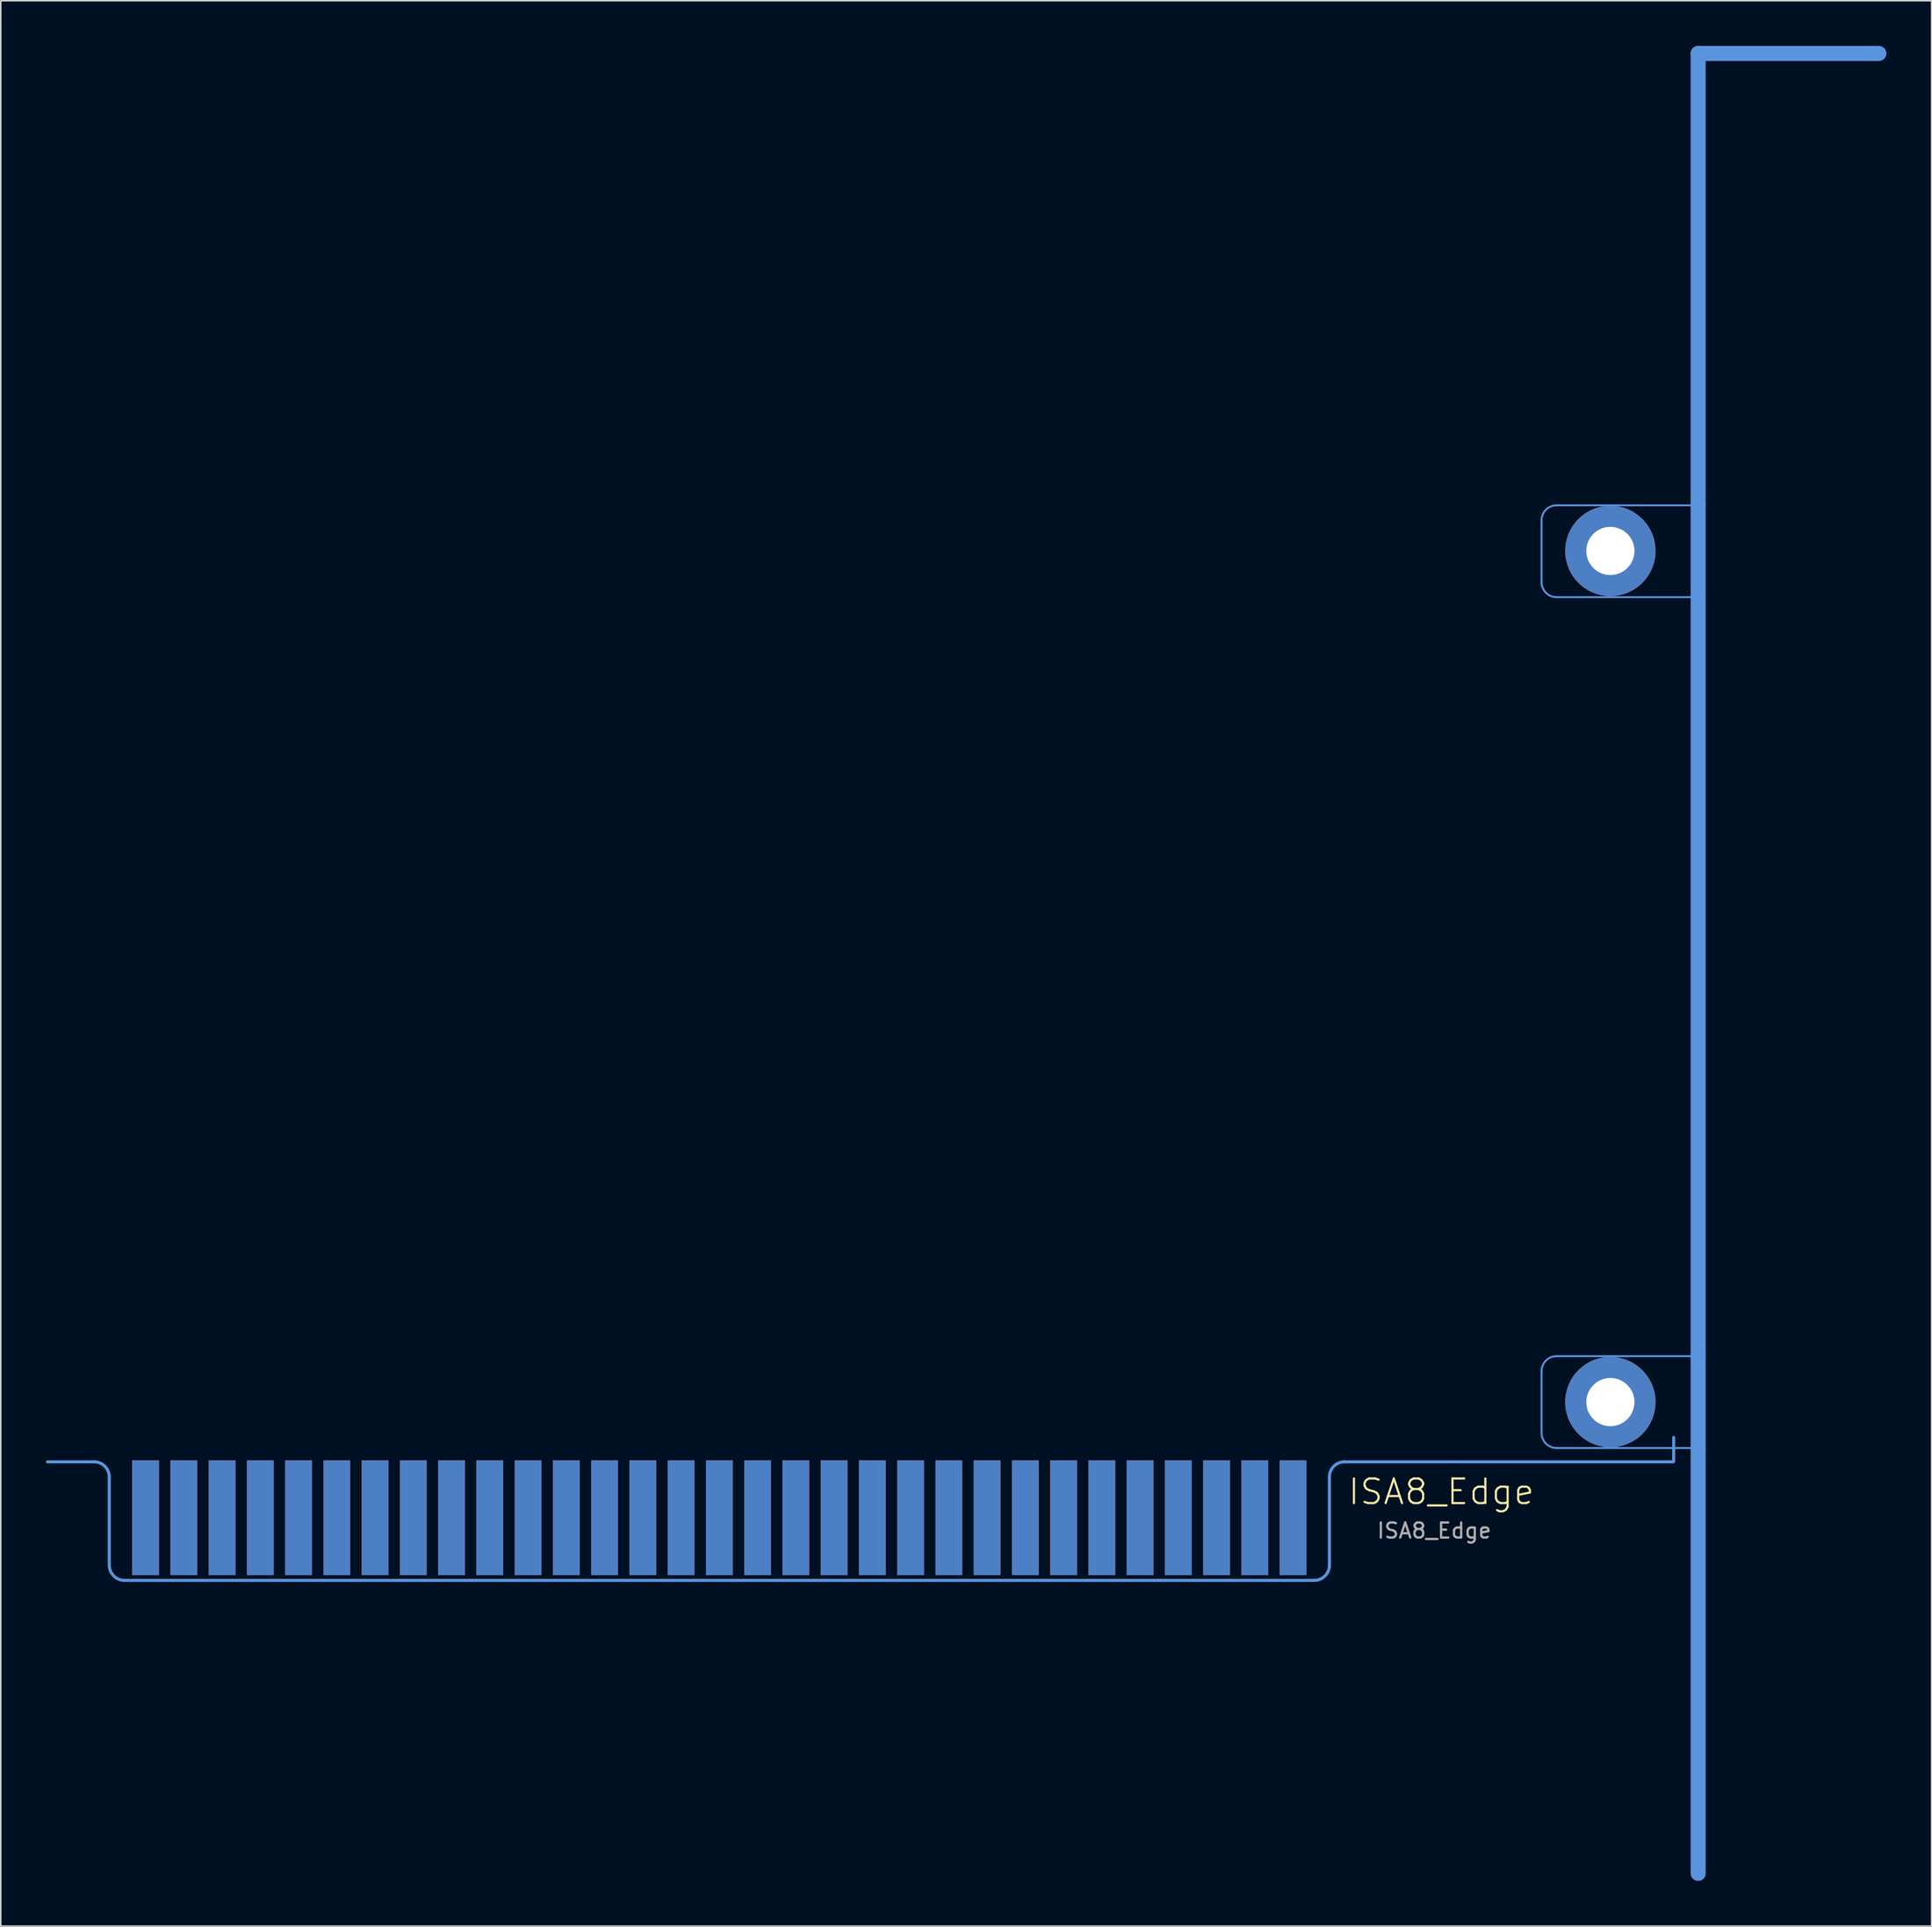
<source format=kicad_pcb>
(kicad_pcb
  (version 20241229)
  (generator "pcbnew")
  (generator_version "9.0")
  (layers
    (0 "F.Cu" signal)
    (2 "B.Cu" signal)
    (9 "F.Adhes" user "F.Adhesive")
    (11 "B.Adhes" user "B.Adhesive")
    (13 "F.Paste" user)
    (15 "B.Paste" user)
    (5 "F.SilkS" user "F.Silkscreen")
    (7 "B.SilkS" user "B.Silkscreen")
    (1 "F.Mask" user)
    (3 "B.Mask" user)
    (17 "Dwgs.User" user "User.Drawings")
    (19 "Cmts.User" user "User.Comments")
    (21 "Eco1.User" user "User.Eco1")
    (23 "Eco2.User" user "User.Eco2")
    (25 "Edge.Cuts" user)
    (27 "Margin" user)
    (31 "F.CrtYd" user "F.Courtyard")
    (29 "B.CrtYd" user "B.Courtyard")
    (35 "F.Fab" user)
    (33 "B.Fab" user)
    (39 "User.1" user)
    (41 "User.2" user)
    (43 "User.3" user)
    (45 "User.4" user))
  (footprint "ISA8_Edge"
    (layer "F.Cu")
    (at 79.62 97.579)
    (property "Reference" "ISA8_Edge" (at 6.756 -0.61 0) (layer "F.SilkS") (effects (font (size 1.636 1.636) (thickness 0.142)) (justify left bottom)))
    (fp_poly (pts (xy -73.764 3.048) (xy -72.24 3.048) (xy -72.24 -3.556) (xy -73.764 -3.556)) (stroke (width 0) (type default)) (fill yes) (layer "F.Mask"))
    (fp_poly (pts (xy -71.224 3.048) (xy -69.7 3.048) (xy -69.7 -3.556) (xy -71.224 -3.556)) (stroke (width 0) (type default)) (fill yes) (layer "F.Mask"))
    (fp_poly (pts (xy -68.684 3.048) (xy -67.16 3.048) (xy -67.16 -3.556) (xy -68.684 -3.556)) (stroke (width 0) (type default)) (fill yes) (layer "F.Mask"))
    (fp_poly (pts (xy -66.144 3.048) (xy -64.62 3.048) (xy -64.62 -3.556) (xy -66.144 -3.556)) (stroke (width 0) (type default)) (fill yes) (layer "F.Mask"))
    (fp_poly (pts (xy -63.604 3.048) (xy -62.08 3.048) (xy -62.08 -3.556) (xy -63.604 -3.556)) (stroke (width 0) (type default)) (fill yes) (layer "F.Mask"))
    (fp_poly (pts (xy -61.064 3.048) (xy -59.54 3.048) (xy -59.54 -3.556) (xy -61.064 -3.556)) (stroke (width 0) (type default)) (fill yes) (layer "F.Mask"))
    (fp_poly (pts (xy -58.524 3.048) (xy -57 3.048) (xy -57 -3.556) (xy -58.524 -3.556)) (stroke (width 0) (type default)) (fill yes) (layer "F.Mask"))
    (fp_poly (pts (xy -55.984 3.048) (xy -54.46 3.048) (xy -54.46 -3.556) (xy -55.984 -3.556)) (stroke (width 0) (type default)) (fill yes) (layer "F.Mask"))
    (fp_poly (pts (xy -53.444 3.048) (xy -51.92 3.048) (xy -51.92 -3.556) (xy -53.444 -3.556)) (stroke (width 0) (type default)) (fill yes) (layer "F.Mask"))
    (fp_poly (pts (xy -50.904 3.048) (xy -49.38 3.048) (xy -49.38 -3.556) (xy -50.904 -3.556)) (stroke (width 0) (type default)) (fill yes) (layer "F.Mask"))
    (fp_poly (pts (xy -48.364 3.048) (xy -46.84 3.048) (xy -46.84 -3.556) (xy -48.364 -3.556)) (stroke (width 0) (type default)) (fill yes) (layer "F.Mask"))
    (fp_poly (pts (xy -45.824 3.048) (xy -44.3 3.048) (xy -44.3 -3.556) (xy -45.824 -3.556)) (stroke (width 0) (type default)) (fill yes) (layer "F.Mask"))
    (fp_poly (pts (xy -43.284 3.048) (xy -41.76 3.048) (xy -41.76 -3.556) (xy -43.284 -3.556)) (stroke (width 0) (type default)) (fill yes) (layer "F.Mask"))
    (fp_poly (pts (xy -40.744 3.048) (xy -39.22 3.048) (xy -39.22 -3.556) (xy -40.744 -3.556)) (stroke (width 0) (type default)) (fill yes) (layer "F.Mask"))
    (fp_poly (pts (xy -38.204 3.048) (xy -36.68 3.048) (xy -36.68 -3.556) (xy -38.204 -3.556)) (stroke (width 0) (type default)) (fill yes) (layer "F.Mask"))
    (fp_poly (pts (xy -35.664 3.048) (xy -34.14 3.048) (xy -34.14 -3.556) (xy -35.664 -3.556)) (stroke (width 0) (type default)) (fill yes) (layer "F.Mask"))
    (fp_poly (pts (xy -33.124 3.048) (xy -31.6 3.048) (xy -31.6 -3.556) (xy -33.124 -3.556)) (stroke (width 0) (type default)) (fill yes) (layer "F.Mask"))
    (fp_poly (pts (xy -30.584 3.048) (xy -29.06 3.048) (xy -29.06 -3.556) (xy -30.584 -3.556)) (stroke (width 0) (type default)) (fill yes) (layer "F.Mask"))
    (fp_poly (pts (xy -28.044 3.048) (xy -26.52 3.048) (xy -26.52 -3.556) (xy -28.044 -3.556)) (stroke (width 0) (type default)) (fill yes) (layer "F.Mask"))
    (fp_poly (pts (xy -25.504 3.048) (xy -23.98 3.048) (xy -23.98 -3.556) (xy -25.504 -3.556)) (stroke (width 0) (type default)) (fill yes) (layer "F.Mask"))
    (fp_poly (pts (xy -22.964 3.048) (xy -21.44 3.048) (xy -21.44 -3.556) (xy -22.964 -3.556)) (stroke (width 0) (type default)) (fill yes) (layer "F.Mask"))
    (fp_poly (pts (xy -20.424 3.048) (xy -18.9 3.048) (xy -18.9 -3.556) (xy -20.424 -3.556)) (stroke (width 0) (type default)) (fill yes) (layer "F.Mask"))
    (fp_poly (pts (xy -17.884 3.048) (xy -16.36 3.048) (xy -16.36 -3.556) (xy -17.884 -3.556)) (stroke (width 0) (type default)) (fill yes) (layer "F.Mask"))
    (fp_poly (pts (xy -15.344 3.048) (xy -13.82 3.048) (xy -13.82 -3.556) (xy -15.344 -3.556)) (stroke (width 0) (type default)) (fill yes) (layer "F.Mask"))
    (fp_poly (pts (xy -12.804 3.048) (xy -11.28 3.048) (xy -11.28 -3.556) (xy -12.804 -3.556)) (stroke (width 0) (type default)) (fill yes) (layer "F.Mask"))
    (fp_poly (pts (xy -10.264 3.048) (xy -8.74 3.048) (xy -8.74 -3.556) (xy -10.264 -3.556)) (stroke (width 0) (type default)) (fill yes) (layer "F.Mask"))
    (fp_poly (pts (xy -7.724 3.048) (xy -6.2 3.048) (xy -6.2 -3.556) (xy -7.724 -3.556)) (stroke (width 0) (type default)) (fill yes) (layer "F.Mask"))
    (fp_poly (pts (xy -5.184 3.048) (xy -3.66 3.048) (xy -3.66 -3.556) (xy -5.184 -3.556)) (stroke (width 0) (type default)) (fill yes) (layer "F.Mask"))
    (fp_poly (pts (xy -2.644 3.048) (xy -1.12 3.048) (xy -1.12 -3.556) (xy -2.644 -3.556)) (stroke (width 0) (type default)) (fill yes) (layer "F.Mask"))
    (fp_poly (pts (xy -0.104 3.048) (xy 1.42 3.048) (xy 1.42 -3.556) (xy -0.104 -3.556)) (stroke (width 0) (type default)) (fill yes) (layer "F.Mask"))
    (fp_poly (pts (xy 2.436 3.048) (xy 3.96 3.048) (xy 3.96 -3.556) (xy 2.436 -3.556)) (stroke (width 0) (type default)) (fill yes) (layer "F.Mask"))
    (fp_poly (pts (xy 5.65 3.689) (xy 4.961 4.378) (xy -74.765 4.378) (xy -75.455 3.689) (xy -75.455 -3.626) (xy 5.65 -3.626)) (stroke (width 0) (type default)) (fill yes) (layer "F.Mask"))
    (fp_poly (pts (xy -73.764 3.048) (xy -72.24 3.048) (xy -72.24 -3.556) (xy -73.764 -3.556)) (stroke (width 0) (type default)) (fill yes) (layer "B.Mask"))
    (fp_poly (pts (xy -71.224 3.048) (xy -69.7 3.048) (xy -69.7 -3.556) (xy -71.224 -3.556)) (stroke (width 0) (type default)) (fill yes) (layer "B.Mask"))
    (fp_poly (pts (xy -68.684 3.048) (xy -67.16 3.048) (xy -67.16 -3.556) (xy -68.684 -3.556)) (stroke (width 0) (type default)) (fill yes) (layer "B.Mask"))
    (fp_poly (pts (xy -66.144 3.048) (xy -64.62 3.048) (xy -64.62 -3.556) (xy -66.144 -3.556)) (stroke (width 0) (type default)) (fill yes) (layer "B.Mask"))
    (fp_poly (pts (xy -63.604 3.048) (xy -62.08 3.048) (xy -62.08 -3.556) (xy -63.604 -3.556)) (stroke (width 0) (type default)) (fill yes) (layer "B.Mask"))
    (fp_poly (pts (xy -61.064 3.048) (xy -59.54 3.048) (xy -59.54 -3.556) (xy -61.064 -3.556)) (stroke (width 0) (type default)) (fill yes) (layer "B.Mask"))
    (fp_poly (pts (xy -58.524 3.048) (xy -57 3.048) (xy -57 -3.556) (xy -58.524 -3.556)) (stroke (width 0) (type default)) (fill yes) (layer "B.Mask"))
    (fp_poly (pts (xy -55.984 3.048) (xy -54.46 3.048) (xy -54.46 -3.556) (xy -55.984 -3.556)) (stroke (width 0) (type default)) (fill yes) (layer "B.Mask"))
    (fp_poly (pts (xy -53.444 3.048) (xy -51.92 3.048) (xy -51.92 -3.556) (xy -53.444 -3.556)) (stroke (width 0) (type default)) (fill yes) (layer "B.Mask"))
    (fp_poly (pts (xy -50.904 3.048) (xy -49.38 3.048) (xy -49.38 -3.556) (xy -50.904 -3.556)) (stroke (width 0) (type default)) (fill yes) (layer "B.Mask"))
    (fp_poly (pts (xy -48.364 3.048) (xy -46.84 3.048) (xy -46.84 -3.556) (xy -48.364 -3.556)) (stroke (width 0) (type default)) (fill yes) (layer "B.Mask"))
    (fp_poly (pts (xy -45.824 3.048) (xy -44.3 3.048) (xy -44.3 -3.556) (xy -45.824 -3.556)) (stroke (width 0) (type default)) (fill yes) (layer "B.Mask"))
    (fp_poly (pts (xy -43.284 3.048) (xy -41.76 3.048) (xy -41.76 -3.556) (xy -43.284 -3.556)) (stroke (width 0) (type default)) (fill yes) (layer "B.Mask"))
    (fp_poly (pts (xy -40.744 3.048) (xy -39.22 3.048) (xy -39.22 -3.556) (xy -40.744 -3.556)) (stroke (width 0) (type default)) (fill yes) (layer "B.Mask"))
    (fp_poly (pts (xy -38.204 3.048) (xy -36.68 3.048) (xy -36.68 -3.556) (xy -38.204 -3.556)) (stroke (width 0) (type default)) (fill yes) (layer "B.Mask"))
    (fp_poly (pts (xy -35.664 3.048) (xy -34.14 3.048) (xy -34.14 -3.556) (xy -35.664 -3.556)) (stroke (width 0) (type default)) (fill yes) (layer "B.Mask"))
    (fp_poly (pts (xy -33.124 3.048) (xy -31.6 3.048) (xy -31.6 -3.556) (xy -33.124 -3.556)) (stroke (width 0) (type default)) (fill yes) (layer "B.Mask"))
    (fp_poly (pts (xy -30.584 3.048) (xy -29.06 3.048) (xy -29.06 -3.556) (xy -30.584 -3.556)) (stroke (width 0) (type default)) (fill yes) (layer "B.Mask"))
    (fp_poly (pts (xy -28.044 3.048) (xy -26.52 3.048) (xy -26.52 -3.556) (xy -28.044 -3.556)) (stroke (width 0) (type default)) (fill yes) (layer "B.Mask"))
    (fp_poly (pts (xy -25.504 3.048) (xy -23.98 3.048) (xy -23.98 -3.556) (xy -25.504 -3.556)) (stroke (width 0) (type default)) (fill yes) (layer "B.Mask"))
    (fp_poly (pts (xy -22.964 3.048) (xy -21.44 3.048) (xy -21.44 -3.556) (xy -22.964 -3.556)) (stroke (width 0) (type default)) (fill yes) (layer "B.Mask"))
    (fp_poly (pts (xy -20.424 3.048) (xy -18.9 3.048) (xy -18.9 -3.556) (xy -20.424 -3.556)) (stroke (width 0) (type default)) (fill yes) (layer "B.Mask"))
    (fp_poly (pts (xy -17.884 3.048) (xy -16.36 3.048) (xy -16.36 -3.556) (xy -17.884 -3.556)) (stroke (width 0) (type default)) (fill yes) (layer "B.Mask"))
    (fp_poly (pts (xy -15.344 3.048) (xy -13.82 3.048) (xy -13.82 -3.556) (xy -15.344 -3.556)) (stroke (width 0) (type default)) (fill yes) (layer "B.Mask"))
    (fp_poly (pts (xy -12.804 3.048) (xy -11.28 3.048) (xy -11.28 -3.556) (xy -12.804 -3.556)) (stroke (width 0) (type default)) (fill yes) (layer "B.Mask"))
    (fp_poly (pts (xy -10.264 3.048) (xy -8.74 3.048) (xy -8.74 -3.556) (xy -10.264 -3.556)) (stroke (width 0) (type default)) (fill yes) (layer "B.Mask"))
    (fp_poly (pts (xy -7.724 3.048) (xy -6.2 3.048) (xy -6.2 -3.556) (xy -7.724 -3.556)) (stroke (width 0) (type default)) (fill yes) (layer "B.Mask"))
    (fp_poly (pts (xy -5.184 3.048) (xy -3.66 3.048) (xy -3.66 -3.556) (xy -5.184 -3.556)) (stroke (width 0) (type default)) (fill yes) (layer "B.Mask"))
    (fp_poly (pts (xy -2.644 3.048) (xy -1.12 3.048) (xy -1.12 -3.556) (xy -2.644 -3.556)) (stroke (width 0) (type default)) (fill yes) (layer "B.Mask"))
    (fp_poly (pts (xy -0.104 3.048) (xy 1.42 3.048) (xy 1.42 -3.556) (xy -0.104 -3.556)) (stroke (width 0) (type default)) (fill yes) (layer "B.Mask"))
    (fp_poly (pts (xy 2.436 3.048) (xy 3.96 3.048) (xy 3.96 -3.556) (xy 2.436 -3.556)) (stroke (width 0) (type default)) (fill yes) (layer "B.Mask"))
    (fp_poly (pts (xy 5.65 3.689) (xy 4.961 4.378) (xy -74.765 4.378) (xy -75.455 3.689) (xy -75.455 -3.626) (xy 5.65 -3.626)) (stroke (width 0) (type default)) (fill yes) (layer "B.Mask"))
    (fp_line (start -76.415 -3.556) (end -79.518 -3.556) (stroke (width 0.203) (type default)) (layer "Cmts.User"))
    (fp_line (start -75.413 -2.556) (end -75.413 3.302) (stroke (width 0.203) (type solid)) (layer "Cmts.User"))
    (fp_line (start 4.597 4.318) (end -74.397 4.318) (stroke (width 0.203) (type solid)) (layer "Cmts.User"))
    (fp_line (start 5.611 -2.556) (end 5.613 3.302) (stroke (width 0.203) (type solid)) (layer "Cmts.User"))
    (fp_line (start 19.698 -61.974) (end 19.698 -66.074) (stroke (width 0.127) (type solid)) (layer "Cmts.User"))
    (fp_line (start 19.698 -5.474) (end 19.698 -9.574) (stroke (width 0.127) (type solid)) (layer "Cmts.User"))
    (fp_line (start 20.698 -67.074) (end 30.098 -67.074) (stroke (width 0.127) (type solid)) (layer "Cmts.User"))
    (fp_line (start 20.698 -10.574) (end 30.098 -10.574) (stroke (width 0.127) (type solid)) (layer "Cmts.User"))
    (fp_line (start 28.444 -3.556) (end 6.611 -3.556) (stroke (width 0.203) (type solid)) (layer "Cmts.User"))
    (fp_line (start 28.471 -5.174) (end 28.471 -3.587) (stroke (width 0.203) (type solid)) (layer "Cmts.User"))
    (fp_line (start 29.998 -60.974) (end 20.698 -60.974) (stroke (width 0.127) (type solid)) (layer "Cmts.User"))
    (fp_line (start 30.098 -97.079) (end 42.098 -97.079) (stroke (width 1) (type solid)) (layer "Cmts.User"))
    (fp_line (start 30.098 -67.074) (end 30.098 -97.079) (stroke (width 1) (type solid)) (layer "Cmts.User"))
    (fp_line (start 30.098 -10.574) (end 30.098 -67.074) (stroke (width 1) (type solid)) (layer "Cmts.User"))
    (fp_line (start 30.098 -4.474) (end 20.698 -4.474) (stroke (width 0.127) (type solid)) (layer "Cmts.User"))
    (fp_line (start 30.098 -4.474) (end 30.098 -10.574) (stroke (width 1) (type solid)) (layer "Cmts.User"))
    (fp_line (start 30.098 23.774) (end 30.098 -4.474) (stroke (width 1) (type solid)) (layer "Cmts.User"))
    (fp_arc (start -76.415107 -3.556) (mid -75.708 -3.263107) (end -75.415107 -2.556) (stroke (width 0.2032) (type solid)) (layer "Cmts.User"))
    (fp_arc (start -74.3966 4.318) (mid -75.11502 4.02042) (end -75.4126 3.302) (stroke (width 0.2032) (type default)) (layer "Cmts.User"))
    (fp_arc (start 5.610893 -2.556) (mid 5.903786 -3.263107) (end 6.610893 -3.556) (stroke (width 0.2032) (type solid)) (layer "Cmts.User"))
    (fp_arc (start 5.6134 3.302) (mid 5.31582 4.02042) (end 4.5974 4.318) (stroke (width 0.2032) (type default)) (layer "Cmts.User"))
    (fp_arc (start 19.697893 -66.074) (mid 19.990786 -66.781107) (end 20.697893 -67.074) (stroke (width 0.127) (type solid)) (layer "Cmts.User"))
    (fp_arc (start 19.697893 -9.574) (mid 19.990786 -10.281107) (end 20.697893 -10.574) (stroke (width 0.127) (type solid)) (layer "Cmts.User"))
    (fp_arc (start 20.697893 -60.974) (mid 19.990786 -61.266893) (end 19.697893 -61.974) (stroke (width 0.127) (type solid)) (layer "Cmts.User"))
    (fp_arc (start 20.697893 -4.474) (mid 19.990786 -4.766893) (end 19.697893 -5.474) (stroke (width 0.127) (type solid)) (layer "Cmts.User"))
    (fp_text user "${REFERENCE}" (at 12.573 1.016 0) (layer "F.Fab") (effects (font (size 1 1) (thickness 0.15))))
    (pad "1" connect rect (at 3.198 0.156) (size 1.78 7.62) (layers "B.Cu" "B.Mask"))
    (pad "2" connect rect (at 0.658 0.156) (size 1.78 7.62) (layers "B.Cu" "B.Mask"))
    (pad "3" connect rect (at -1.882 0.156) (size 1.78 7.62) (layers "B.Cu" "B.Mask"))
    (pad "4" connect rect (at -4.422 0.156) (size 1.78 7.62) (layers "B.Cu" "B.Mask"))
    (pad "5" connect rect (at -6.962 0.156) (size 1.78 7.62) (layers "B.Cu" "B.Mask"))
    (pad "6" connect rect (at -9.502 0.156) (size 1.78 7.62) (layers "B.Cu" "B.Mask"))
    (pad "7" connect rect (at -12.042 0.156) (size 1.78 7.62) (layers "B.Cu" "B.Mask"))
    (pad "8" connect rect (at -14.582 0.156) (size 1.78 7.62) (layers "B.Cu" "B.Mask"))
    (pad "9" connect rect (at -17.122 0.156) (size 1.78 7.62) (layers "B.Cu" "B.Mask"))
    (pad "10" connect rect (at -19.662 0.156) (size 1.78 7.62) (layers "B.Cu" "B.Mask"))
    (pad "11" connect rect (at -22.202 0.156) (size 1.78 7.62) (layers "B.Cu" "B.Mask"))
    (pad "12" connect rect (at -24.742 0.156) (size 1.78 7.62) (layers "B.Cu" "B.Mask"))
    (pad "13" connect rect (at -27.282 0.156) (size 1.78 7.62) (layers "B.Cu" "B.Mask"))
    (pad "14" connect rect (at -29.822 0.156) (size 1.78 7.62) (layers "B.Cu" "B.Mask"))
    (pad "15" connect rect (at -32.362 0.156) (size 1.78 7.62) (layers "B.Cu" "B.Mask"))
    (pad "16" connect rect (at -34.902 0.156) (size 1.78 7.62) (layers "B.Cu" "B.Mask"))
    (pad "17" connect rect (at -37.442 0.156) (size 1.78 7.62) (layers "B.Cu" "B.Mask"))
    (pad "18" connect rect (at -39.982 0.156) (size 1.78 7.62) (layers "B.Cu" "B.Mask"))
    (pad "19" connect rect (at -42.522 0.156) (size 1.78 7.62) (layers "B.Cu" "B.Mask"))
    (pad "20" connect rect (at -45.062 0.156) (size 1.78 7.62) (layers "B.Cu" "B.Mask"))
    (pad "21" connect rect (at -47.602 0.156) (size 1.78 7.62) (layers "B.Cu" "B.Mask"))
    (pad "22" connect rect (at -50.142 0.156) (size 1.78 7.62) (layers "B.Cu" "B.Mask"))
    (pad "23" connect rect (at -52.682 0.156) (size 1.78 7.62) (layers "B.Cu" "B.Mask"))
    (pad "24" connect rect (at -55.222 0.156) (size 1.78 7.62) (layers "B.Cu" "B.Mask"))
    (pad "25" connect rect (at -57.762 0.156) (size 1.78 7.62) (layers "B.Cu" "B.Mask"))
    (pad "26" connect rect (at -60.302 0.156) (size 1.78 7.62) (layers "B.Cu" "B.Mask"))
    (pad "27" connect rect (at -62.842 0.156) (size 1.78 7.62) (layers "B.Cu" "B.Mask"))
    (pad "28" connect rect (at -65.382 0.156) (size 1.78 7.62) (layers "B.Cu" "B.Mask"))
    (pad "29" connect rect (at -67.922 0.156) (size 1.78 7.62) (layers "B.Cu" "B.Mask"))
    (pad "30" connect rect (at -70.462 0.156) (size 1.78 7.62) (layers "B.Cu" "B.Mask"))
    (pad "31" connect rect (at -73.002 0.156) (size 1.78 7.62) (layers "B.Cu" "B.Mask"))
    (pad "32" connect rect (at 3.198 0.156) (size 1.78 7.62) (layers "F.Cu" "F.Mask"))
    (pad "33" connect rect (at 0.658 0.156) (size 1.78 7.62) (layers "F.Cu" "F.Mask"))
    (pad "34" connect rect (at -1.882 0.156) (size 1.78 7.62) (layers "F.Cu" "F.Mask"))
    (pad "35" connect rect (at -4.422 0.156) (size 1.78 7.62) (layers "F.Cu" "F.Mask"))
    (pad "36" connect rect (at -6.962 0.156) (size 1.78 7.62) (layers "F.Cu" "F.Mask"))
    (pad "37" connect rect (at -9.502 0.156) (size 1.78 7.62) (layers "F.Cu" "F.Mask"))
    (pad "38" connect rect (at -12.042 0.156) (size 1.78 7.62) (layers "F.Cu" "F.Mask"))
    (pad "39" connect rect (at -14.582 0.156) (size 1.78 7.62) (layers "F.Cu" "F.Mask"))
    (pad "40" connect rect (at -17.122 0.156) (size 1.78 7.62) (layers "F.Cu" "F.Mask"))
    (pad "41" connect rect (at -19.662 0.156) (size 1.78 7.62) (layers "F.Cu" "F.Mask"))
    (pad "42" connect rect (at -22.202 0.156) (size 1.78 7.62) (layers "F.Cu" "F.Mask"))
    (pad "43" connect rect (at -24.742 0.156) (size 1.78 7.62) (layers "F.Cu" "F.Mask"))
    (pad "44" connect rect (at -27.282 0.156) (size 1.78 7.62) (layers "F.Cu" "F.Mask"))
    (pad "45" connect rect (at -29.822 0.156) (size 1.78 7.62) (layers "F.Cu" "F.Mask"))
    (pad "46" connect rect (at -32.362 0.156) (size 1.78 7.62) (layers "F.Cu" "F.Mask"))
    (pad "47" connect rect (at -34.902 0.156) (size 1.78 7.62) (layers "F.Cu" "F.Mask"))
    (pad "48" connect rect (at -37.442 0.156) (size 1.78 7.62) (layers "F.Cu" "F.Mask"))
    (pad "49" connect rect (at -39.982 0.156) (size 1.78 7.62) (layers "F.Cu" "F.Mask"))
    (pad "50" connect rect (at -42.522 0.156) (size 1.78 7.62) (layers "F.Cu" "F.Mask"))
    (pad "51" connect rect (at -45.062 0.156) (size 1.78 7.62) (layers "F.Cu" "F.Mask"))
    (pad "52" connect rect (at -47.602 0.156) (size 1.78 7.62) (layers "F.Cu" "F.Mask"))
    (pad "53" connect rect (at -50.142 0.156) (size 1.78 7.62) (layers "F.Cu" "F.Mask"))
    (pad "54" connect rect (at -52.682 0.156) (size 1.78 7.62) (layers "F.Cu" "F.Mask"))
    (pad "55" connect rect (at -55.222 0.156) (size 1.78 7.62) (layers "F.Cu" "F.Mask"))
    (pad "56" connect rect (at -57.762 0.156) (size 1.78 7.62) (layers "F.Cu" "F.Mask"))
    (pad "57" connect rect (at -60.302 0.156) (size 1.78 7.62) (layers "F.Cu" "F.Mask"))
    (pad "58" connect rect (at -62.842 0.156) (size 1.78 7.62) (layers "F.Cu" "F.Mask"))
    (pad "59" connect rect (at -65.382 0.156) (size 1.78 7.62) (layers "F.Cu" "F.Mask"))
    (pad "60" connect rect (at -67.922 0.156) (size 1.78 7.62) (layers "F.Cu" "F.Mask"))
    (pad "61" connect rect (at -70.462 0.156) (size 1.78 7.62) (layers "F.Cu" "F.Mask"))
    (pad "62" connect rect (at -73.002 0.156) (size 1.78 7.62) (layers "F.Cu" "F.Mask"))
    (pad "H1" thru_hole circle (at 24.268 -7.524) (size 6 6) (drill 3.2) (layers "*.Cu" "*.Mask"))
    (pad "H2" thru_hole circle (at 24.268 -64.044) (size 6 6) (drill 3.2) (layers "*.Cu" "*.Mask")))
  (gr_rect
    (start -3 -3)
    (end 125.217 124.853)
    (stroke (width 0.1) (type default))
    (fill no)
    (layer "Edge.Cuts")))
</source>
